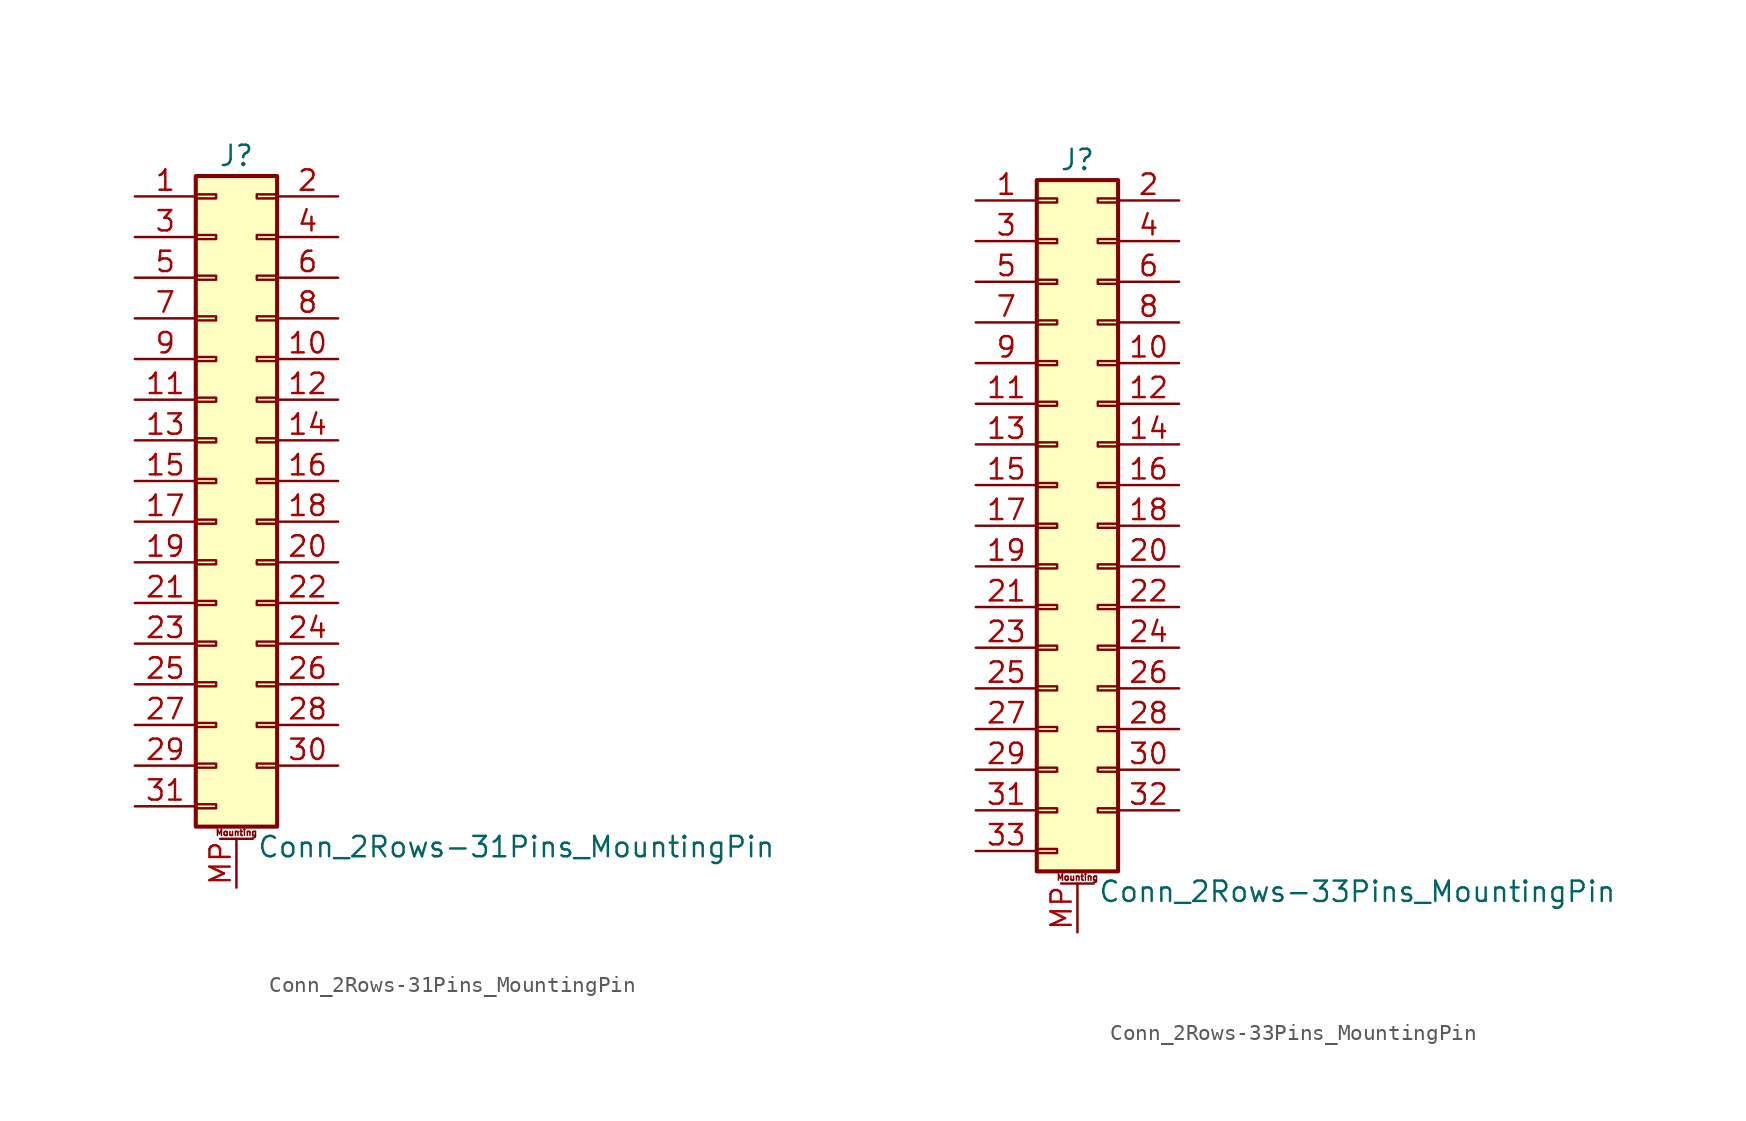
<source format=kicad_sym>
(kicad_symbol_lib
  (version 20201005)
  (generator kicad_symbol_editor)
  (symbol "Conn_2Rows-31Pins_MountingPin"
    (pin_names
      (offset 1.016) hide)
    (property "Reference" "J"
      (at 1.27 20.32 0)
      (effects (font (size 1.27 1.27))))
    (property "Value" "Conn_2Rows-31Pins_MountingPin"
      (at 2.54 -22.86 0)
      (effects (font (size 1.27 1.27)) (justify left)))
    (symbol "Conn_2Rows-31Pins_MountingPin_1_1"
      (text "Mounting" (at 1.27 -21.971 0) (effects (font (size 0.381 0.381))))
      (rectangle (start -1.27 -20.193) (end 0 -20.447) (stroke (width 0.152)) (fill (type none)))
      (rectangle (start -1.27 -17.653) (end 0 -17.907) (stroke (width 0.152)) (fill (type none)))
      (rectangle (start -1.27 -15.113) (end 0 -15.367) (stroke (width 0.152)) (fill (type none)))
      (rectangle (start -1.27 -12.573) (end 0 -12.827) (stroke (width 0.152)) (fill (type none)))
      (rectangle (start -1.27 -10.033) (end 0 -10.287) (stroke (width 0.152)) (fill (type none)))
      (rectangle (start -1.27 -7.493) (end 0 -7.747) (stroke (width 0.152)) (fill (type none)))
      (rectangle (start -1.27 -4.953) (end 0 -5.207) (stroke (width 0.152)) (fill (type none)))
      (rectangle (start -1.27 -2.413) (end 0 -2.667) (stroke (width 0.152)) (fill (type none)))
      (rectangle (start -1.27 0.127) (end 0 -0.127) (stroke (width 0.152)) (fill (type none)))
      (rectangle (start -1.27 2.667) (end 0 2.413) (stroke (width 0.152)) (fill (type none)))
      (rectangle (start -1.27 5.207) (end 0 4.953) (stroke (width 0.152)) (fill (type none)))
      (rectangle (start -1.27 7.747) (end 0 7.493) (stroke (width 0.152)) (fill (type none)))
      (rectangle (start -1.27 10.287) (end 0 10.033) (stroke (width 0.152)) (fill (type none)))
      (rectangle (start -1.27 12.827) (end 0 12.573) (stroke (width 0.152)) (fill (type none)))
      (rectangle (start -1.27 15.367) (end 0 15.113) (stroke (width 0.152)) (fill (type none)))
      (rectangle (start -1.27 17.907) (end 0 17.653) (stroke (width 0.152)) (fill (type none)))
      (rectangle (start 3.81 -17.653) (end 2.54 -17.907) (stroke (width 0.152)) (fill (type none)))
      (rectangle (start 3.81 -15.113) (end 2.54 -15.367) (stroke (width 0.152)) (fill (type none)))
      (rectangle (start 3.81 -12.573) (end 2.54 -12.827) (stroke (width 0.152)) (fill (type none)))
      (rectangle (start 3.81 -10.033) (end 2.54 -10.287) (stroke (width 0.152)) (fill (type none)))
      (rectangle (start 3.81 -7.493) (end 2.54 -7.747) (stroke (width 0.152)) (fill (type none)))
      (rectangle (start 3.81 -4.953) (end 2.54 -5.207) (stroke (width 0.152)) (fill (type none)))
      (rectangle (start 3.81 -2.413) (end 2.54 -2.667) (stroke (width 0.152)) (fill (type none)))
      (rectangle (start 3.81 0.127) (end 2.54 -0.127) (stroke (width 0.152)) (fill (type none)))
      (rectangle (start 3.81 2.667) (end 2.54 2.413) (stroke (width 0.152)) (fill (type none)))
      (rectangle (start 3.81 5.207) (end 2.54 4.953) (stroke (width 0.152)) (fill (type none)))
      (rectangle (start 3.81 7.747) (end 2.54 7.493) (stroke (width 0.152)) (fill (type none)))
      (rectangle (start 3.81 10.287) (end 2.54 10.033) (stroke (width 0.152)) (fill (type none)))
      (rectangle (start 3.81 12.827) (end 2.54 12.573) (stroke (width 0.152)) (fill (type none)))
      (rectangle (start 3.81 15.367) (end 2.54 15.113) (stroke (width 0.152)) (fill (type none)))
      (rectangle (start 3.81 17.907) (end 2.54 17.653) (stroke (width 0.152)) (fill (type none)))
      (rectangle (start -1.27 19.05) (end 3.81 -21.59) (stroke (width 0.254)) (fill (type background)))
      (polyline (pts (xy 0.254 -22.352) (xy 2.286 -22.352)) (stroke (width 0.152)) (fill (type none)))
      (pin passive line (at -5.08 17.78 0) (length 3.81) (name "Pin_1" (effects (font (size 1.27 1.27)))) (number "1" (effects (font (size 1.27 1.27)))))
      (pin passive line (at 7.62 7.62 180) (length 3.81) (name "Pin_10" (effects (font (size 1.27 1.27)))) (number "10" (effects (font (size 1.27 1.27)))))
      (pin passive line (at -5.08 5.08 0) (length 3.81) (name "Pin_11" (effects (font (size 1.27 1.27)))) (number "11" (effects (font (size 1.27 1.27)))))
      (pin passive line (at 7.62 5.08 180) (length 3.81) (name "Pin_12" (effects (font (size 1.27 1.27)))) (number "12" (effects (font (size 1.27 1.27)))))
      (pin passive line (at -5.08 2.54 0) (length 3.81) (name "Pin_13" (effects (font (size 1.27 1.27)))) (number "13" (effects (font (size 1.27 1.27)))))
      (pin passive line (at 7.62 2.54 180) (length 3.81) (name "Pin_14" (effects (font (size 1.27 1.27)))) (number "14" (effects (font (size 1.27 1.27)))))
      (pin passive line (at -5.08 0 0) (length 3.81) (name "Pin_15" (effects (font (size 1.27 1.27)))) (number "15" (effects (font (size 1.27 1.27)))))
      (pin passive line (at 7.62 0 180) (length 3.81) (name "Pin_16" (effects (font (size 1.27 1.27)))) (number "16" (effects (font (size 1.27 1.27)))))
      (pin passive line (at -5.08 -2.54 0) (length 3.81) (name "Pin_17" (effects (font (size 1.27 1.27)))) (number "17" (effects (font (size 1.27 1.27)))))
      (pin passive line (at 7.62 -2.54 180) (length 3.81) (name "Pin_18" (effects (font (size 1.27 1.27)))) (number "18" (effects (font (size 1.27 1.27)))))
      (pin passive line (at -5.08 -5.08 0) (length 3.81) (name "Pin_19" (effects (font (size 1.27 1.27)))) (number "19" (effects (font (size 1.27 1.27)))))
      (pin passive line (at 7.62 17.78 180) (length 3.81) (name "Pin_2" (effects (font (size 1.27 1.27)))) (number "2" (effects (font (size 1.27 1.27)))))
      (pin passive line (at 7.62 -5.08 180) (length 3.81) (name "Pin_20" (effects (font (size 1.27 1.27)))) (number "20" (effects (font (size 1.27 1.27)))))
      (pin passive line (at -5.08 -7.62 0) (length 3.81) (name "Pin_21" (effects (font (size 1.27 1.27)))) (number "21" (effects (font (size 1.27 1.27)))))
      (pin passive line (at 7.62 -7.62 180) (length 3.81) (name "Pin_22" (effects (font (size 1.27 1.27)))) (number "22" (effects (font (size 1.27 1.27)))))
      (pin passive line (at -5.08 -10.16 0) (length 3.81) (name "Pin_23" (effects (font (size 1.27 1.27)))) (number "23" (effects (font (size 1.27 1.27)))))
      (pin passive line (at 7.62 -10.16 180) (length 3.81) (name "Pin_24" (effects (font (size 1.27 1.27)))) (number "24" (effects (font (size 1.27 1.27)))))
      (pin passive line (at -5.08 -12.7 0) (length 3.81) (name "Pin_25" (effects (font (size 1.27 1.27)))) (number "25" (effects (font (size 1.27 1.27)))))
      (pin passive line (at 7.62 -12.7 180) (length 3.81) (name "Pin_26" (effects (font (size 1.27 1.27)))) (number "26" (effects (font (size 1.27 1.27)))))
      (pin passive line (at -5.08 -15.24 0) (length 3.81) (name "Pin_27" (effects (font (size 1.27 1.27)))) (number "27" (effects (font (size 1.27 1.27)))))
      (pin passive line (at 7.62 -15.24 180) (length 3.81) (name "Pin_28" (effects (font (size 1.27 1.27)))) (number "28" (effects (font (size 1.27 1.27)))))
      (pin passive line (at -5.08 -17.78 0) (length 3.81) (name "Pin_29" (effects (font (size 1.27 1.27)))) (number "29" (effects (font (size 1.27 1.27)))))
      (pin passive line (at -5.08 15.24 0) (length 3.81) (name "Pin_3" (effects (font (size 1.27 1.27)))) (number "3" (effects (font (size 1.27 1.27)))))
      (pin passive line (at 7.62 -17.78 180) (length 3.81) (name "Pin_30" (effects (font (size 1.27 1.27)))) (number "30" (effects (font (size 1.27 1.27)))))
      (pin passive line (at -5.08 -20.32 0) (length 3.81) (name "Pin_31" (effects (font (size 1.27 1.27)))) (number "31" (effects (font (size 1.27 1.27)))))
      (pin passive line (at 7.62 15.24 180) (length 3.81) (name "Pin_4" (effects (font (size 1.27 1.27)))) (number "4" (effects (font (size 1.27 1.27)))))
      (pin passive line (at -5.08 12.7 0) (length 3.81) (name "Pin_5" (effects (font (size 1.27 1.27)))) (number "5" (effects (font (size 1.27 1.27)))))
      (pin passive line (at 7.62 12.7 180) (length 3.81) (name "Pin_6" (effects (font (size 1.27 1.27)))) (number "6" (effects (font (size 1.27 1.27)))))
      (pin passive line (at -5.08 10.16 0) (length 3.81) (name "Pin_7" (effects (font (size 1.27 1.27)))) (number "7" (effects (font (size 1.27 1.27)))))
      (pin passive line (at 7.62 10.16 180) (length 3.81) (name "Pin_8" (effects (font (size 1.27 1.27)))) (number "8" (effects (font (size 1.27 1.27)))))
      (pin passive line (at -5.08 7.62 0) (length 3.81) (name "Pin_9" (effects (font (size 1.27 1.27)))) (number "9" (effects (font (size 1.27 1.27)))))
      (pin passive line (at 1.27 -25.4 90) (length 3.048) (name "MountPin" (effects (font (size 1.27 1.27)))) (number "MP" (effects (font (size 1.27 1.27)))))))
  (symbol "Conn_2Rows-33Pins_MountingPin"
    (pin_names
      (offset 1.016) hide)
    (property "Reference" "J"
      (at 1.27 22.86 0)
      (effects (font (size 1.27 1.27))))
    (property "Value" "Conn_2Rows-33Pins_MountingPin"
      (at 2.54 -22.86 0)
      (effects (font (size 1.27 1.27)) (justify left)))
    (symbol "Conn_2Rows-33Pins_MountingPin_1_1"
      (text "Mounting" (at 1.27 -21.971 0) (effects (font (size 0.381 0.381))))
      (rectangle (start -1.27 -20.193) (end 0 -20.447) (stroke (width 0.152)) (fill (type none)))
      (rectangle (start -1.27 -17.653) (end 0 -17.907) (stroke (width 0.152)) (fill (type none)))
      (rectangle (start -1.27 -15.113) (end 0 -15.367) (stroke (width 0.152)) (fill (type none)))
      (rectangle (start -1.27 -12.573) (end 0 -12.827) (stroke (width 0.152)) (fill (type none)))
      (rectangle (start -1.27 -10.033) (end 0 -10.287) (stroke (width 0.152)) (fill (type none)))
      (rectangle (start -1.27 -7.493) (end 0 -7.747) (stroke (width 0.152)) (fill (type none)))
      (rectangle (start -1.27 -4.953) (end 0 -5.207) (stroke (width 0.152)) (fill (type none)))
      (rectangle (start -1.27 -2.413) (end 0 -2.667) (stroke (width 0.152)) (fill (type none)))
      (rectangle (start -1.27 0.127) (end 0 -0.127) (stroke (width 0.152)) (fill (type none)))
      (rectangle (start -1.27 2.667) (end 0 2.413) (stroke (width 0.152)) (fill (type none)))
      (rectangle (start -1.27 5.207) (end 0 4.953) (stroke (width 0.152)) (fill (type none)))
      (rectangle (start -1.27 7.747) (end 0 7.493) (stroke (width 0.152)) (fill (type none)))
      (rectangle (start -1.27 10.287) (end 0 10.033) (stroke (width 0.152)) (fill (type none)))
      (rectangle (start -1.27 12.827) (end 0 12.573) (stroke (width 0.152)) (fill (type none)))
      (rectangle (start -1.27 15.367) (end 0 15.113) (stroke (width 0.152)) (fill (type none)))
      (rectangle (start -1.27 17.907) (end 0 17.653) (stroke (width 0.152)) (fill (type none)))
      (rectangle (start -1.27 20.447) (end 0 20.193) (stroke (width 0.152)) (fill (type none)))
      (rectangle (start 3.81 -17.653) (end 2.54 -17.907) (stroke (width 0.152)) (fill (type none)))
      (rectangle (start 3.81 -15.113) (end 2.54 -15.367) (stroke (width 0.152)) (fill (type none)))
      (rectangle (start 3.81 -12.573) (end 2.54 -12.827) (stroke (width 0.152)) (fill (type none)))
      (rectangle (start 3.81 -10.033) (end 2.54 -10.287) (stroke (width 0.152)) (fill (type none)))
      (rectangle (start 3.81 -7.493) (end 2.54 -7.747) (stroke (width 0.152)) (fill (type none)))
      (rectangle (start 3.81 -4.953) (end 2.54 -5.207) (stroke (width 0.152)) (fill (type none)))
      (rectangle (start 3.81 -2.413) (end 2.54 -2.667) (stroke (width 0.152)) (fill (type none)))
      (rectangle (start 3.81 0.127) (end 2.54 -0.127) (stroke (width 0.152)) (fill (type none)))
      (rectangle (start 3.81 2.667) (end 2.54 2.413) (stroke (width 0.152)) (fill (type none)))
      (rectangle (start 3.81 5.207) (end 2.54 4.953) (stroke (width 0.152)) (fill (type none)))
      (rectangle (start 3.81 7.747) (end 2.54 7.493) (stroke (width 0.152)) (fill (type none)))
      (rectangle (start 3.81 10.287) (end 2.54 10.033) (stroke (width 0.152)) (fill (type none)))
      (rectangle (start 3.81 12.827) (end 2.54 12.573) (stroke (width 0.152)) (fill (type none)))
      (rectangle (start 3.81 15.367) (end 2.54 15.113) (stroke (width 0.152)) (fill (type none)))
      (rectangle (start 3.81 17.907) (end 2.54 17.653) (stroke (width 0.152)) (fill (type none)))
      (rectangle (start 3.81 20.447) (end 2.54 20.193) (stroke (width 0.152)) (fill (type none)))
      (rectangle (start -1.27 21.59) (end 3.81 -21.59) (stroke (width 0.254)) (fill (type background)))
      (polyline (pts (xy 0.254 -22.352) (xy 2.286 -22.352)) (stroke (width 0.152)) (fill (type none)))
      (pin passive line (at -5.08 20.32 0) (length 3.81) (name "Pin_1" (effects (font (size 1.27 1.27)))) (number "1" (effects (font (size 1.27 1.27)))))
      (pin passive line (at 7.62 10.16 180) (length 3.81) (name "Pin_10" (effects (font (size 1.27 1.27)))) (number "10" (effects (font (size 1.27 1.27)))))
      (pin passive line (at -5.08 7.62 0) (length 3.81) (name "Pin_11" (effects (font (size 1.27 1.27)))) (number "11" (effects (font (size 1.27 1.27)))))
      (pin passive line (at 7.62 7.62 180) (length 3.81) (name "Pin_12" (effects (font (size 1.27 1.27)))) (number "12" (effects (font (size 1.27 1.27)))))
      (pin passive line (at -5.08 5.08 0) (length 3.81) (name "Pin_13" (effects (font (size 1.27 1.27)))) (number "13" (effects (font (size 1.27 1.27)))))
      (pin passive line (at 7.62 5.08 180) (length 3.81) (name "Pin_14" (effects (font (size 1.27 1.27)))) (number "14" (effects (font (size 1.27 1.27)))))
      (pin passive line (at -5.08 2.54 0) (length 3.81) (name "Pin_15" (effects (font (size 1.27 1.27)))) (number "15" (effects (font (size 1.27 1.27)))))
      (pin passive line (at 7.62 2.54 180) (length 3.81) (name "Pin_16" (effects (font (size 1.27 1.27)))) (number "16" (effects (font (size 1.27 1.27)))))
      (pin passive line (at -5.08 0 0) (length 3.81) (name "Pin_17" (effects (font (size 1.27 1.27)))) (number "17" (effects (font (size 1.27 1.27)))))
      (pin passive line (at 7.62 0 180) (length 3.81) (name "Pin_18" (effects (font (size 1.27 1.27)))) (number "18" (effects (font (size 1.27 1.27)))))
      (pin passive line (at -5.08 -2.54 0) (length 3.81) (name "Pin_19" (effects (font (size 1.27 1.27)))) (number "19" (effects (font (size 1.27 1.27)))))
      (pin passive line (at 7.62 20.32 180) (length 3.81) (name "Pin_2" (effects (font (size 1.27 1.27)))) (number "2" (effects (font (size 1.27 1.27)))))
      (pin passive line (at 7.62 -2.54 180) (length 3.81) (name "Pin_20" (effects (font (size 1.27 1.27)))) (number "20" (effects (font (size 1.27 1.27)))))
      (pin passive line (at -5.08 -5.08 0) (length 3.81) (name "Pin_21" (effects (font (size 1.27 1.27)))) (number "21" (effects (font (size 1.27 1.27)))))
      (pin passive line (at 7.62 -5.08 180) (length 3.81) (name "Pin_22" (effects (font (size 1.27 1.27)))) (number "22" (effects (font (size 1.27 1.27)))))
      (pin passive line (at -5.08 -7.62 0) (length 3.81) (name "Pin_23" (effects (font (size 1.27 1.27)))) (number "23" (effects (font (size 1.27 1.27)))))
      (pin passive line (at 7.62 -7.62 180) (length 3.81) (name "Pin_24" (effects (font (size 1.27 1.27)))) (number "24" (effects (font (size 1.27 1.27)))))
      (pin passive line (at -5.08 -10.16 0) (length 3.81) (name "Pin_25" (effects (font (size 1.27 1.27)))) (number "25" (effects (font (size 1.27 1.27)))))
      (pin passive line (at 7.62 -10.16 180) (length 3.81) (name "Pin_26" (effects (font (size 1.27 1.27)))) (number "26" (effects (font (size 1.27 1.27)))))
      (pin passive line (at -5.08 -12.7 0) (length 3.81) (name "Pin_27" (effects (font (size 1.27 1.27)))) (number "27" (effects (font (size 1.27 1.27)))))
      (pin passive line (at 7.62 -12.7 180) (length 3.81) (name "Pin_28" (effects (font (size 1.27 1.27)))) (number "28" (effects (font (size 1.27 1.27)))))
      (pin passive line (at -5.08 -15.24 0) (length 3.81) (name "Pin_29" (effects (font (size 1.27 1.27)))) (number "29" (effects (font (size 1.27 1.27)))))
      (pin passive line (at -5.08 17.78 0) (length 3.81) (name "Pin_3" (effects (font (size 1.27 1.27)))) (number "3" (effects (font (size 1.27 1.27)))))
      (pin passive line (at 7.62 -15.24 180) (length 3.81) (name "Pin_30" (effects (font (size 1.27 1.27)))) (number "30" (effects (font (size 1.27 1.27)))))
      (pin passive line (at -5.08 -17.78 0) (length 3.81) (name "Pin_31" (effects (font (size 1.27 1.27)))) (number "31" (effects (font (size 1.27 1.27)))))
      (pin passive line (at 7.62 -17.78 180) (length 3.81) (name "Pin_32" (effects (font (size 1.27 1.27)))) (number "32" (effects (font (size 1.27 1.27)))))
      (pin passive line (at -5.08 -20.32 0) (length 3.81) (name "Pin_33" (effects (font (size 1.27 1.27)))) (number "33" (effects (font (size 1.27 1.27)))))
      (pin passive line (at 7.62 17.78 180) (length 3.81) (name "Pin_4" (effects (font (size 1.27 1.27)))) (number "4" (effects (font (size 1.27 1.27)))))
      (pin passive line (at -5.08 15.24 0) (length 3.81) (name "Pin_5" (effects (font (size 1.27 1.27)))) (number "5" (effects (font (size 1.27 1.27)))))
      (pin passive line (at 7.62 15.24 180) (length 3.81) (name "Pin_6" (effects (font (size 1.27 1.27)))) (number "6" (effects (font (size 1.27 1.27)))))
      (pin passive line (at -5.08 12.7 0) (length 3.81) (name "Pin_7" (effects (font (size 1.27 1.27)))) (number "7" (effects (font (size 1.27 1.27)))))
      (pin passive line (at 7.62 12.7 180) (length 3.81) (name "Pin_8" (effects (font (size 1.27 1.27)))) (number "8" (effects (font (size 1.27 1.27)))))
      (pin passive line (at -5.08 10.16 0) (length 3.81) (name "Pin_9" (effects (font (size 1.27 1.27)))) (number "9" (effects (font (size 1.27 1.27)))))
      (pin passive line (at 1.27 -25.4 90) (length 3.048) (name "MountPin" (effects (font (size 1.27 1.27)))) (number "MP" (effects (font (size 1.27 1.27))))))))
</source>
